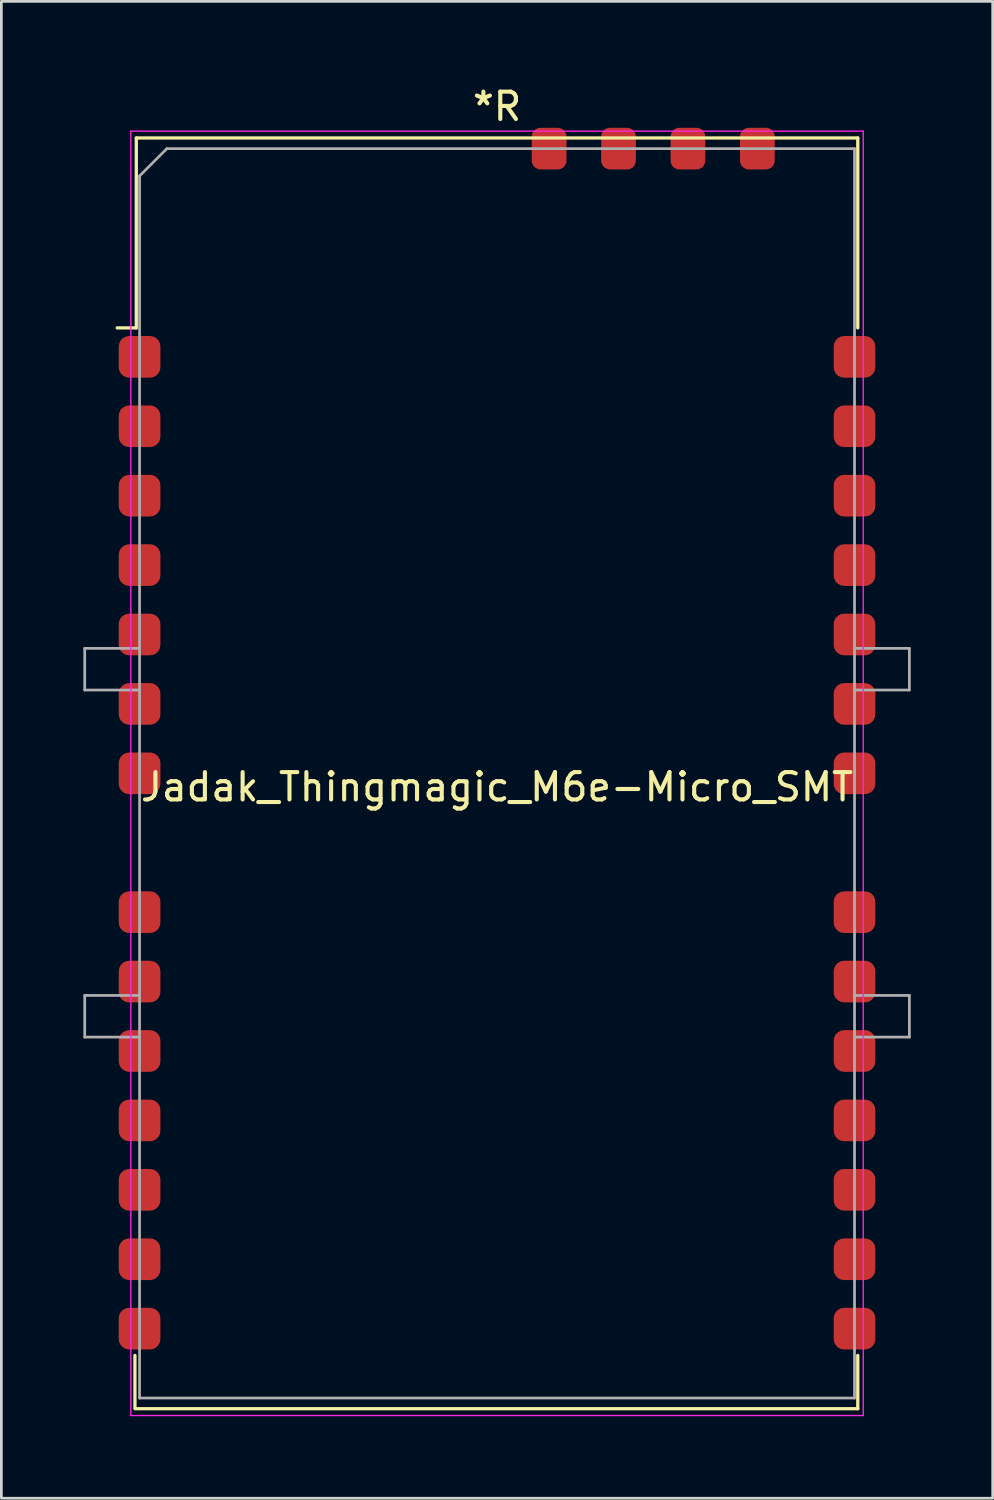
<source format=kicad_pcb>
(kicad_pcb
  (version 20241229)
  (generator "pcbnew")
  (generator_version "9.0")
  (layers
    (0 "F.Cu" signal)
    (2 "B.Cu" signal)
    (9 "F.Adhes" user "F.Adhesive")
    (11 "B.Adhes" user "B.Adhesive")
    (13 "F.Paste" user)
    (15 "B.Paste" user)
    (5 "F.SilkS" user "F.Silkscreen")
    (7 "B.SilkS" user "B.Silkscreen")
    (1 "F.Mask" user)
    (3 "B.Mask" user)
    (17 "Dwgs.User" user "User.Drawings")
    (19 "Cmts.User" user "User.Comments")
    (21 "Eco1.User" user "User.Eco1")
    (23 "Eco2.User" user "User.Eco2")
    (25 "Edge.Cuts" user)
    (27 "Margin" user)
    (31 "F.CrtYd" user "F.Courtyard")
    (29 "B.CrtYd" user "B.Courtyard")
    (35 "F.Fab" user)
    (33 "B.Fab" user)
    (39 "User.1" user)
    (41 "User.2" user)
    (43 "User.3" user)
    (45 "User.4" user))
  (footprint "Jadak_Thingmagic_M6e-Micro_SMT"
    (layer "F.Cu")
    (at 15.138 25.248)
    (property "Reference" "Jadak_Thingmagic_M6e-Micro_SMT" (at 0 0.5 0) (layer "F.SilkS") (effects (font (size 1 1) (thickness 0.15))))
    (attr smd)
    (fp_line (start -13.25 21.3) (end -13.25 23.25) (stroke (width 0.12) (type solid)) (layer "F.SilkS"))
    (fp_line (start -13.2 -23.25) (end 13.2 -23.25) (stroke (width 0.12) (type solid)) (layer "F.SilkS"))
    (fp_line (start -13.2 -16.3) (end -13.9 -16.3) (stroke (width 0.12) (type solid)) (layer "F.SilkS"))
    (fp_line (start -13.2 -16.3) (end -13.2 -23.25) (stroke (width 0.12) (type solid)) (layer "F.SilkS"))
    (fp_line (start -13.2 23.25) (end 13.2 23.25) (stroke (width 0.12) (type solid)) (layer "F.SilkS"))
    (fp_line (start 13.2 -23.25) (end 13.2 -16.3) (stroke (width 0.12) (type solid)) (layer "F.SilkS"))
    (fp_line (start 13.2 23.25) (end 13.2 21.3) (stroke (width 0.12) (type solid)) (layer "F.SilkS"))
    (fp_line (start -13.4 -23.5) (end -13.4 23.5) (stroke (width 0.05) (type solid)) (layer "F.CrtYd"))
    (fp_line (start -13.4 23.5) (end 13.4 23.5) (stroke (width 0.05) (type solid)) (layer "F.CrtYd"))
    (fp_line (start 13.4 -23.5) (end -13.4 -23.5) (stroke (width 0.05) (type solid)) (layer "F.CrtYd"))
    (fp_line (start 13.4 23.5) (end 13.4 -23.5) (stroke (width 0.05) (type solid)) (layer "F.CrtYd"))
    (fp_line (start -15.088 -4.572) (end -15.088 -3.048) (stroke (width 0.1) (type solid)) (layer "F.Fab"))
    (fp_line (start -15.088 -3.048) (end -13.081 -3.048) (stroke (width 0.1) (type solid)) (layer "F.Fab"))
    (fp_line (start -15.088 8.128) (end -15.088 9.652) (stroke (width 0.1) (type solid)) (layer "F.Fab"))
    (fp_line (start -15.088 9.652) (end -13.081 9.652) (stroke (width 0.1) (type solid)) (layer "F.Fab"))
    (fp_line (start -13.081 -4.572) (end -15.088 -4.572) (stroke (width 0.1) (type solid)) (layer "F.Fab"))
    (fp_line (start -13.081 8.128) (end -15.088 8.128) (stroke (width 0.1) (type solid)) (layer "F.Fab"))
    (fp_line (start -13.081 22.86) (end -13.081 -21.86) (stroke (width 0.1) (type solid)) (layer "F.Fab"))
    (fp_line (start -12.081 -22.86) (end -13.081 -21.86) (stroke (width 0.1) (type solid)) (layer "F.Fab"))
    (fp_line (start -12.081 -22.86) (end 13.081 -22.86) (stroke (width 0.1) (type solid)) (layer "F.Fab"))
    (fp_line (start 13.081 -22.86) (end 13.081 22.86) (stroke (width 0.1) (type solid)) (layer "F.Fab"))
    (fp_line (start 13.081 -3.048) (end 15.088 -3.048) (stroke (width 0.1) (type solid)) (layer "F.Fab"))
    (fp_line (start 13.081 9.652) (end 15.088 9.652) (stroke (width 0.1) (type solid)) (layer "F.Fab"))
    (fp_line (start 13.081 22.86) (end -13.081 22.86) (stroke (width 0.1) (type solid)) (layer "F.Fab"))
    (fp_line (start 15.088 -4.572) (end 13.081 -4.572) (stroke (width 0.1) (type solid)) (layer "F.Fab"))
    (fp_line (start 15.088 -4.572) (end 15.088 -3.048) (stroke (width 0.1) (type solid)) (layer "F.Fab"))
    (fp_line (start 15.088 8.128) (end 13.081 8.128) (stroke (width 0.1) (type solid)) (layer "F.Fab"))
    (fp_line (start 15.088 8.128) (end 15.088 9.652) (stroke (width 0.1) (type solid)) (layer "F.Fab"))
    (fp_text user "*R" (at 0 -24.4 0) (layer "F.SilkS") (effects (font (size 1 1) (thickness 0.15))))
    (pad "1" smd roundrect (at -13.081 -15.24) (size 1.524 1.524) (layers "F.Cu" "F.Mask" "F.Paste") (roundrect_rratio 0.25))
    (pad "1" smd roundrect (at -13.081 5.08) (size 1.524 1.524) (layers "F.Cu" "F.Mask" "F.Paste") (roundrect_rratio 0.25))
    (pad "2" smd roundrect (at 13.081 -15.24) (size 1.524 1.524) (layers "F.Cu" "F.Mask" "F.Paste") (roundrect_rratio 0.25))
    (pad "2" smd roundrect (at 13.081 5.08) (size 1.524 1.524) (layers "F.Cu" "F.Mask" "F.Paste") (roundrect_rratio 0.25))
    (pad "3" smd roundrect (at -13.081 -12.7) (size 1.524 1.524) (layers "F.Cu" "F.Mask" "F.Paste") (roundrect_rratio 0.25))
    (pad "3" smd roundrect (at -13.081 7.62) (size 1.524 1.524) (layers "F.Cu" "F.Mask" "F.Paste") (roundrect_rratio 0.25))
    (pad "4" smd roundrect (at 13.081 -12.7) (size 1.524 1.524) (layers "F.Cu" "F.Mask" "F.Paste") (roundrect_rratio 0.25))
    (pad "4" smd roundrect (at 13.081 7.62) (size 1.524 1.524) (layers "F.Cu" "F.Mask" "F.Paste") (roundrect_rratio 0.25))
    (pad "5" smd roundrect (at -13.081 -10.16) (size 1.524 1.524) (layers "F.Cu" "F.Mask" "F.Paste") (roundrect_rratio 0.25))
    (pad "5" smd roundrect (at -13.081 10.16) (size 1.524 1.524) (layers "F.Cu" "F.Mask" "F.Paste") (roundrect_rratio 0.25))
    (pad "6" smd roundrect (at 13.081 -10.16) (size 1.524 1.524) (layers "F.Cu" "F.Mask" "F.Paste") (roundrect_rratio 0.25))
    (pad "6" smd roundrect (at 13.081 10.16) (size 1.524 1.524) (layers "F.Cu" "F.Mask" "F.Paste") (roundrect_rratio 0.25))
    (pad "7" smd roundrect (at -13.081 -7.62) (size 1.524 1.524) (layers "F.Cu" "F.Mask" "F.Paste") (roundrect_rratio 0.25))
    (pad "7" smd roundrect (at -13.081 12.7) (size 1.524 1.524) (layers "F.Cu" "F.Mask" "F.Paste") (roundrect_rratio 0.25))
    (pad "8" smd roundrect (at 13.081 -7.62) (size 1.524 1.524) (layers "F.Cu" "F.Mask" "F.Paste") (roundrect_rratio 0.25))
    (pad "8" smd roundrect (at 13.081 12.7) (size 1.524 1.524) (layers "F.Cu" "F.Mask" "F.Paste") (roundrect_rratio 0.25))
    (pad "9" smd roundrect (at -13.081 -5.08) (size 1.524 1.524) (layers "F.Cu" "F.Mask" "F.Paste") (roundrect_rratio 0.25))
    (pad "9" smd roundrect (at -13.081 15.24) (size 1.524 1.524) (layers "F.Cu" "F.Mask" "F.Paste") (roundrect_rratio 0.25))
    (pad "10" smd roundrect (at 13.081 -5.08) (size 1.524 1.524) (layers "F.Cu" "F.Mask" "F.Paste") (roundrect_rratio 0.25))
    (pad "10" smd roundrect (at 13.081 15.24) (size 1.524 1.524) (layers "F.Cu" "F.Mask" "F.Paste") (roundrect_rratio 0.25))
    (pad "11" smd roundrect (at -13.081 -2.54) (size 1.524 1.524) (layers "F.Cu" "F.Mask" "F.Paste") (roundrect_rratio 0.25))
    (pad "11" smd roundrect (at -13.081 17.78) (size 1.524 1.524) (layers "F.Cu" "F.Mask" "F.Paste") (roundrect_rratio 0.25))
    (pad "12" smd roundrect (at 13.081 -2.54) (size 1.524 1.524) (layers "F.Cu" "F.Mask" "F.Paste") (roundrect_rratio 0.25))
    (pad "12" smd roundrect (at 13.081 17.78) (size 1.524 1.524) (layers "F.Cu" "F.Mask" "F.Paste") (roundrect_rratio 0.25))
    (pad "13" smd roundrect (at -13.081 0) (size 1.524 1.524) (layers "F.Cu" "F.Mask" "F.Paste") (roundrect_rratio 0.25))
    (pad "13" smd roundrect (at -13.081 20.32) (size 1.524 1.524) (layers "F.Cu" "F.Mask" "F.Paste") (roundrect_rratio 0.25))
    (pad "14" smd roundrect (at 13.081 0) (size 1.524 1.524) (layers "F.Cu" "F.Mask" "F.Paste") (roundrect_rratio 0.25))
    (pad "14" smd roundrect (at 13.081 20.32) (size 1.524 1.524) (layers "F.Cu" "F.Mask" "F.Paste") (roundrect_rratio 0.25))
    (pad "29" smd roundrect (at 1.905 -22.86) (size 1.27 1.524) (layers "F.Cu" "F.Mask" "F.Paste") (roundrect_rratio 0.25))
    (pad "30" smd roundrect (at 4.445 -22.86) (size 1.27 1.524) (layers "F.Cu" "F.Mask" "F.Paste") (roundrect_rratio 0.25))
    (pad "31" smd roundrect (at 6.985 -22.86) (size 1.27 1.524) (layers "F.Cu" "F.Mask" "F.Paste") (roundrect_rratio 0.25))
    (pad "32" smd roundrect (at 9.525 -22.86) (size 1.27 1.524) (layers "F.Cu" "F.Mask" "F.Paste") (roundrect_rratio 0.25)))
  (gr_rect
    (start -3 -3)
    (end 33.275 51.773)
    (stroke (width 0.1) (type default))
    (fill no)
    (layer "Edge.Cuts")))
</source>
